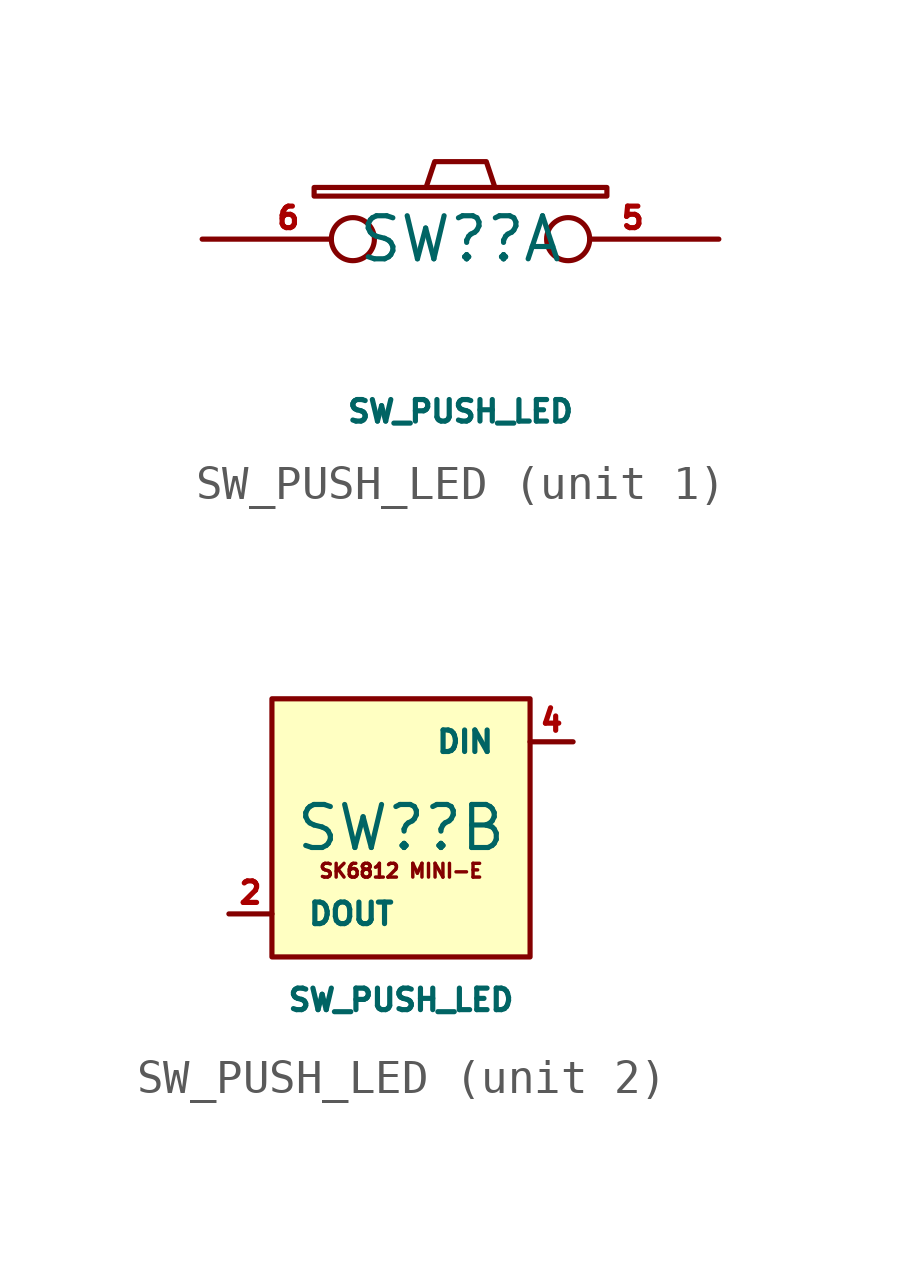
<source format=kicad_sym>
(kicad_symbol_lib
  (version 20241209)
  (generator "kicad_symbol_editor")
  (generator_version "9.0")
  (symbol "SW_PUSH_LED"
    (pin_names
      (offset 1.016))
    (property "Reference" "SW?"
      (at 0 0 0)
      (effects (font (size 1.27 1.27))))
    (property "Value" "SW_PUSH_LED"
      (at 0 -5.08 0)
      (effects (font (size 0.635 0.635))))
    (property "ki_locked" ""
      (at 0 0 0)
      (effects (font (size 1.27 1.27))))
    (symbol "SW_PUSH_LED_1_1"
      (rectangle (start -4.318 1.27) (end 4.318 1.524) (stroke (width 0) (type solid)) (fill (type none)))
      (polyline (pts (xy -1.016 1.524) (xy -0.762 2.286) (xy 0.762 2.286) (xy 1.016 1.524)) (stroke (width 0) (type solid)) (fill (type none)))
      (pin passive inverted (at -7.62 0 0) (length 5.08) (name "~" (effects (font (size 0.61 0.61)))) (number "6" (effects (font (size 0.635 0.635)))))
      (pin passive inverted (at 7.62 0 180) (length 5.08) (name "~" (effects (font (size 0.61 0.61)))) (number "5" (effects (font (size 0.635 0.635))))))
    (symbol "SW_PUSH_LED_2_0"
      (text "SK6812 MINI-E" (at 0 -1.27 0) (effects (font (size 0.406 0.406)))))
    (symbol "SW_PUSH_LED_2_1"
      (rectangle (start 3.81 -3.81) (end -3.81 3.81) (stroke (width 0) (type solid)) (fill (type background)))
      (pin power_in line (at -5.08 2.54 0) (length 1.27) (hide yes) (name "VCC" (effects (font (size 0.635 0.635)))) (number "1" (effects (font (size 0.635 0.635)))))
      (pin output line (at -5.08 -2.54 0) (length 1.27) (name "DOUT" (effects (font (size 0.635 0.635)))) (number "2" (effects (font (size 0.635 0.635)))))
      (pin input line (at 5.08 2.54 180) (length 1.27) (name "DIN" (effects (font (size 0.635 0.635)))) (number "4" (effects (font (size 0.635 0.635)))))
      (pin power_in line (at 5.08 -2.54 180) (length 1.27) (hide yes) (name "GND" (effects (font (size 0.635 0.635)))) (number "3" (effects (font (size 0.635 0.635))))))))
</source>
